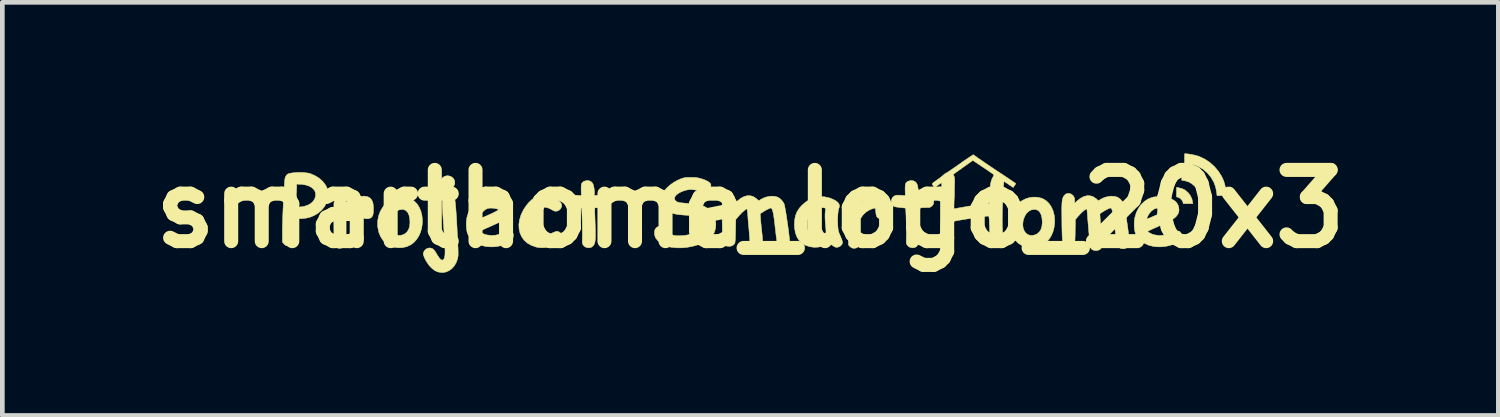
<source format=kicad_pcb>
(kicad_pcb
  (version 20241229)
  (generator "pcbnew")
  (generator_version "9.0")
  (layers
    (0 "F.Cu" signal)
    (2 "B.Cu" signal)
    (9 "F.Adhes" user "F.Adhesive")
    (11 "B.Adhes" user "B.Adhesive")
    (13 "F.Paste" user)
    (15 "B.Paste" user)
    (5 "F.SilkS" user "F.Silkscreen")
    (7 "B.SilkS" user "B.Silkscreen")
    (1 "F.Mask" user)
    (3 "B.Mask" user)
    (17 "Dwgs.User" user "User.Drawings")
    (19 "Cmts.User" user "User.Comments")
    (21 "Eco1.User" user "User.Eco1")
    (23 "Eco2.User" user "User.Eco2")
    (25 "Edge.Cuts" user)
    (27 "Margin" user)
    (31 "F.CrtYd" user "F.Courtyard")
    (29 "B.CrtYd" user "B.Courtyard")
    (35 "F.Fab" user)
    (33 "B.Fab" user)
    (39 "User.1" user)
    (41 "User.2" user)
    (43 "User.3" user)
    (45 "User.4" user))
  (footprint "smarthome_logo_20x3"
    (layer "F.Cu")
    (at 12.998 1.418)
    (property "Reference" "smarthome_logo_20x3" (at 0 0 0) (layer "F.SilkS") (effects (font (size 1.524 1.524) (thickness 0.3))))
    (attr through_hole)
    (fp_poly (pts (xy 9.161 -0.453) (xy 9.237 -0.433) (xy 9.306 -0.396) (xy 9.365 -0.344) (xy 9.412 -0.281) (xy 9.444 -0.21) (xy 9.455 -0.159) (xy 9.462 -0.112) (xy 9.258 -0.112) (xy 9.252 -0.143) (xy 9.237 -0.176) (xy 9.21 -0.209) (xy 9.177 -0.236) (xy 9.145 -0.25) (xy 9.114 -0.257) (xy 9.114 -0.46) (xy 9.161 -0.453)) (stroke (width 0.01) (type solid)) (fill yes) (layer "F.SilkS"))
    (fp_poly (pts (xy -6.462 -0.709) (xy -6.409 -0.696) (xy -6.368 -0.669) (xy -6.339 -0.633) (xy -6.323 -0.591) (xy -6.321 -0.546) (xy -6.334 -0.503) (xy -6.362 -0.464) (xy -6.401 -0.435) (xy -6.453 -0.419) (xy -6.507 -0.421) (xy -6.56 -0.442) (xy -6.598 -0.474) (xy -6.618 -0.508) (xy -6.631 -0.544) (xy -6.633 -0.572) (xy -6.625 -0.601) (xy -6.614 -0.625) (xy -6.582 -0.669) (xy -6.539 -0.698) (xy -6.486 -0.71) (xy -6.462 -0.709)) (stroke (width 0.01) (type solid)) (fill yes) (layer "F.SilkS"))
    (fp_poly (pts (xy 9.289 -0.808) (xy 9.362 -0.795) (xy 9.439 -0.771) (xy 9.509 -0.74) (xy 9.54 -0.722) (xy 9.59 -0.684) (xy 9.642 -0.634) (xy 9.69 -0.579) (xy 9.731 -0.523) (xy 9.752 -0.485) (xy 9.775 -0.43) (xy 9.795 -0.369) (xy 9.808 -0.311) (xy 9.814 -0.262) (xy 9.814 -0.257) (xy 9.815 -0.224) (xy 9.614 -0.224) (xy 9.607 -0.279) (xy 9.587 -0.357) (xy 9.55 -0.429) (xy 9.498 -0.492) (xy 9.434 -0.544) (xy 9.36 -0.583) (xy 9.278 -0.605) (xy 9.27 -0.606) (xy 9.225 -0.612) (xy 9.225 -0.815) (xy 9.289 -0.808)) (stroke (width 0.01) (type solid)) (fill yes) (layer "F.SilkS"))
    (fp_poly (pts (xy 9.366 -1.175) (xy 9.424 -1.166) (xy 9.488 -1.153) (xy 9.549 -1.138) (xy 9.602 -1.121) (xy 9.607 -1.118) (xy 9.723 -1.063) (xy 9.83 -0.99) (xy 9.927 -0.903) (xy 10.011 -0.803) (xy 10.08 -0.694) (xy 10.12 -0.606) (xy 10.137 -0.554) (xy 10.153 -0.494) (xy 10.167 -0.43) (xy 10.176 -0.371) (xy 10.18 -0.324) (xy 10.18 -0.319) (xy 10.18 -0.284) (xy 9.98 -0.284) (xy 9.973 -0.351) (xy 9.951 -0.465) (xy 9.911 -0.575) (xy 9.852 -0.676) (xy 9.778 -0.766) (xy 9.773 -0.771) (xy 9.683 -0.847) (xy 9.583 -0.906) (xy 9.474 -0.948) (xy 9.36 -0.971) (xy 9.353 -0.971) (xy 9.286 -0.978) (xy 9.286 -1.179) (xy 9.32 -1.179) (xy 9.366 -1.175)) (stroke (width 0.01) (type solid)) (fill yes) (layer "F.SilkS"))
    (fp_poly (pts (xy -7.386 -0.25) (xy -7.305 -0.232) (xy -7.259 -0.214) (xy -7.189 -0.169) (xy -7.13 -0.109) (xy -7.084 -0.038) (xy -7.049 0.042) (xy -7.026 0.129) (xy -7.015 0.22) (xy -7.016 0.313) (xy -7.029 0.405) (xy -7.053 0.494) (xy -7.09 0.578) (xy -7.138 0.653) (xy -7.198 0.719) (xy -7.266 0.769) (xy -7.346 0.806) (xy -7.435 0.827) (xy -7.527 0.832) (xy -7.617 0.82) (xy -7.63 0.817) (xy -7.717 0.783) (xy -7.793 0.734) (xy -7.858 0.669) (xy -7.909 0.591) (xy -7.946 0.501) (xy -7.967 0.4) (xy -7.972 0.358) (xy -7.971 0.347) (xy -7.697 0.347) (xy -7.687 0.414) (xy -7.665 0.47) (xy -7.631 0.516) (xy -7.589 0.548) (xy -7.539 0.566) (xy -7.483 0.567) (xy -7.424 0.55) (xy -7.393 0.535) (xy -7.345 0.495) (xy -7.309 0.44) (xy -7.288 0.372) (xy -7.28 0.291) (xy -7.285 0.207) (xy -7.301 0.133) (xy -7.327 0.077) (xy -7.363 0.037) (xy -7.41 0.015) (xy -7.452 0.01) (xy -7.511 0.02) (xy -7.566 0.048) (xy -7.614 0.091) (xy -7.652 0.15) (xy -7.68 0.22) (xy -7.692 0.272) (xy -7.697 0.347) (xy -7.971 0.347) (xy -7.97 0.251) (xy -7.951 0.15) (xy -7.916 0.055) (xy -7.866 -0.031) (xy -7.804 -0.105) (xy -7.729 -0.167) (xy -7.644 -0.213) (xy -7.563 -0.24) (xy -7.474 -0.252) (xy -7.386 -0.25)) (stroke (width 0.01) (type solid)) (fill yes) (layer "F.SilkS"))
    (fp_poly (pts (xy 6.137 -0.25) (xy 6.218 -0.232) (xy 6.264 -0.214) (xy 6.334 -0.169) (xy 6.393 -0.109) (xy 6.439 -0.038) (xy 6.474 0.042) (xy 6.497 0.129) (xy 6.508 0.22) (xy 6.507 0.313) (xy 6.494 0.405) (xy 6.47 0.494) (xy 6.433 0.578) (xy 6.385 0.653) (xy 6.325 0.719) (xy 6.257 0.769) (xy 6.177 0.806) (xy 6.088 0.827) (xy 5.996 0.832) (xy 5.906 0.82) (xy 5.893 0.817) (xy 5.806 0.783) (xy 5.73 0.734) (xy 5.665 0.669) (xy 5.614 0.591) (xy 5.577 0.501) (xy 5.555 0.4) (xy 5.551 0.358) (xy 5.552 0.347) (xy 5.826 0.347) (xy 5.835 0.414) (xy 5.858 0.47) (xy 5.891 0.516) (xy 5.934 0.548) (xy 5.984 0.566) (xy 6.04 0.567) (xy 6.099 0.55) (xy 6.13 0.535) (xy 6.178 0.495) (xy 6.214 0.44) (xy 6.235 0.372) (xy 6.243 0.291) (xy 6.238 0.207) (xy 6.222 0.133) (xy 6.196 0.077) (xy 6.16 0.037) (xy 6.113 0.015) (xy 6.071 0.01) (xy 6.011 0.02) (xy 5.957 0.048) (xy 5.909 0.091) (xy 5.871 0.15) (xy 5.843 0.22) (xy 5.831 0.272) (xy 5.826 0.347) (xy 5.552 0.347) (xy 5.553 0.251) (xy 5.572 0.15) (xy 5.607 0.055) (xy 5.657 -0.031) (xy 5.719 -0.105) (xy 5.794 -0.167) (xy 5.879 -0.213) (xy 5.96 -0.24) (xy 6.049 -0.252) (xy 6.137 -0.25)) (stroke (width 0.01) (type solid)) (fill yes) (layer "F.SilkS"))
    (fp_poly (pts (xy -8.187 -0.262) (xy -8.139 -0.237) (xy -8.102 -0.197) (xy -8.08 -0.154) (xy -8.07 -0.116) (xy -8.064 -0.066) (xy -8.061 -0.01) (xy -8.062 0.046) (xy -8.066 0.096) (xy -8.074 0.135) (xy -8.08 0.15) (xy -8.111 0.187) (xy -8.153 0.207) (xy -8.207 0.211) (xy -8.212 0.211) (xy -8.255 0.202) (xy -8.285 0.185) (xy -8.305 0.156) (xy -8.316 0.112) (xy -8.32 0.072) (xy -8.324 0.034) (xy -8.328 0.004) (xy -8.331 -0.013) (xy -8.332 -0.014) (xy -8.346 -0.016) (xy -8.373 -0.01) (xy -8.408 0.002) (xy -8.446 0.017) (xy -8.465 0.027) (xy -8.538 0.073) (xy -8.597 0.133) (xy -8.617 0.162) (xy -8.646 0.207) (xy -8.646 0.477) (xy -8.646 0.559) (xy -8.647 0.623) (xy -8.648 0.671) (xy -8.649 0.708) (xy -8.651 0.734) (xy -8.655 0.752) (xy -8.659 0.766) (xy -8.665 0.777) (xy -8.666 0.779) (xy -8.699 0.815) (xy -8.742 0.837) (xy -8.791 0.843) (xy -8.834 0.834) (xy -8.855 0.82) (xy -8.878 0.8) (xy -8.88 0.798) (xy -8.905 0.771) (xy -8.908 0.347) (xy -8.909 0.254) (xy -8.909 0.165) (xy -8.909 0.084) (xy -8.909 0.011) (xy -8.908 -0.049) (xy -8.907 -0.095) (xy -8.906 -0.124) (xy -8.905 -0.13) (xy -8.891 -0.184) (xy -8.865 -0.222) (xy -8.826 -0.245) (xy -8.797 -0.251) (xy -8.743 -0.249) (xy -8.7 -0.231) (xy -8.668 -0.198) (xy -8.66 -0.183) (xy -8.643 -0.144) (xy -8.591 -0.177) (xy -8.507 -0.222) (xy -8.424 -0.252) (xy -8.335 -0.269) (xy -8.325 -0.27) (xy -8.248 -0.273) (xy -8.187 -0.262)) (stroke (width 0.01) (type solid)) (fill yes) (layer "F.SilkS"))
    (fp_poly (pts (xy 2.816 -0.262) (xy 2.865 -0.237) (xy 2.901 -0.197) (xy 2.923 -0.154) (xy 2.933 -0.116) (xy 2.939 -0.066) (xy 2.942 -0.01) (xy 2.942 0.046) (xy 2.937 0.096) (xy 2.929 0.135) (xy 2.923 0.15) (xy 2.893 0.187) (xy 2.85 0.207) (xy 2.796 0.211) (xy 2.791 0.211) (xy 2.748 0.202) (xy 2.718 0.185) (xy 2.699 0.156) (xy 2.687 0.112) (xy 2.683 0.072) (xy 2.679 0.034) (xy 2.676 0.004) (xy 2.672 -0.013) (xy 2.671 -0.014) (xy 2.658 -0.016) (xy 2.631 -0.01) (xy 2.595 0.002) (xy 2.558 0.017) (xy 2.538 0.027) (xy 2.465 0.073) (xy 2.406 0.133) (xy 2.386 0.162) (xy 2.357 0.207) (xy 2.357 0.477) (xy 2.357 0.559) (xy 2.357 0.623) (xy 2.356 0.671) (xy 2.354 0.708) (xy 2.352 0.734) (xy 2.349 0.752) (xy 2.344 0.766) (xy 2.338 0.777) (xy 2.337 0.779) (xy 2.304 0.815) (xy 2.261 0.837) (xy 2.212 0.843) (xy 2.169 0.834) (xy 2.148 0.82) (xy 2.125 0.8) (xy 2.123 0.798) (xy 2.098 0.771) (xy 2.095 0.347) (xy 2.094 0.254) (xy 2.094 0.165) (xy 2.094 0.084) (xy 2.095 0.011) (xy 2.095 -0.049) (xy 2.096 -0.095) (xy 2.098 -0.124) (xy 2.098 -0.13) (xy 2.112 -0.184) (xy 2.138 -0.222) (xy 2.178 -0.245) (xy 2.206 -0.251) (xy 2.26 -0.249) (xy 2.304 -0.231) (xy 2.335 -0.198) (xy 2.343 -0.183) (xy 2.36 -0.144) (xy 2.412 -0.177) (xy 2.496 -0.222) (xy 2.579 -0.252) (xy 2.669 -0.269) (xy 2.679 -0.27) (xy 2.755 -0.273) (xy 2.816 -0.262)) (stroke (width 0.01) (type solid)) (fill yes) (layer "F.SilkS"))
    (fp_poly (pts (xy -4.344 -0.272) (xy -4.247 -0.245) (xy -4.158 -0.208) (xy -4.098 -0.172) (xy -4.057 -0.134) (xy -4.036 -0.095) (xy -4.036 -0.053) (xy -4.055 -0.01) (xy -4.072 0.011) (xy -4.105 0.037) (xy -4.143 0.048) (xy -4.169 0.049) (xy -4.192 0.045) (xy -4.218 0.033) (xy -4.248 0.016) (xy -4.3 -0.011) (xy -4.357 -0.03) (xy -4.412 -0.039) (xy -4.459 -0.038) (xy -4.466 -0.036) (xy -4.495 -0.022) (xy -4.529 0.008) (xy -4.566 0.049) (xy -4.6 0.096) (xy -4.625 0.139) (xy -4.665 0.228) (xy -4.687 0.307) (xy -4.692 0.378) (xy -4.679 0.44) (xy -4.649 0.491) (xy -4.602 0.533) (xy -4.58 0.545) (xy -4.547 0.56) (xy -4.516 0.569) (xy -4.479 0.573) (xy -4.445 0.573) (xy -4.408 0.573) (xy -4.378 0.57) (xy -4.35 0.563) (xy -4.318 0.551) (xy -4.275 0.532) (xy -4.261 0.526) (xy -4.217 0.506) (xy -4.178 0.49) (xy -4.149 0.48) (xy -4.135 0.478) (xy -4.1 0.487) (xy -4.065 0.51) (xy -4.036 0.543) (xy -4.017 0.58) (xy -4.013 0.604) (xy -4.023 0.638) (xy -4.05 0.675) (xy -4.094 0.711) (xy -4.152 0.747) (xy -4.214 0.776) (xy -4.307 0.81) (xy -4.391 0.828) (xy -4.473 0.831) (xy -4.557 0.821) (xy -4.59 0.813) (xy -4.687 0.778) (xy -4.77 0.73) (xy -4.838 0.669) (xy -4.89 0.598) (xy -4.927 0.516) (xy -4.947 0.427) (xy -4.951 0.331) (xy -4.936 0.23) (xy -4.904 0.126) (xy -4.891 0.096) (xy -4.849 0.013) (xy -4.797 -0.066) (xy -4.74 -0.136) (xy -4.679 -0.194) (xy -4.619 -0.237) (xy -4.598 -0.248) (xy -4.521 -0.274) (xy -4.436 -0.281) (xy -4.344 -0.272)) (stroke (width 0.01) (type solid)) (fill yes) (layer "F.SilkS"))
    (fp_poly (pts (xy -6.385 -0.267) (xy -6.38 -0.264) (xy -6.352 -0.246) (xy -6.329 -0.226) (xy -6.325 -0.221) (xy -6.32 -0.204) (xy -6.315 -0.167) (xy -6.309 -0.113) (xy -6.302 -0.041) (xy -6.295 0.047) (xy -6.288 0.15) (xy -6.281 0.267) (xy -6.274 0.398) (xy -6.267 0.54) (xy -6.259 0.693) (xy -6.258 0.732) (xy -6.254 0.814) (xy -6.251 0.879) (xy -6.25 0.93) (xy -6.25 0.969) (xy -6.251 1) (xy -6.254 1.024) (xy -6.258 1.046) (xy -6.262 1.067) (xy -6.292 1.15) (xy -6.335 1.222) (xy -6.388 1.28) (xy -6.449 1.323) (xy -6.516 1.351) (xy -6.588 1.361) (xy -6.663 1.352) (xy -6.682 1.347) (xy -6.733 1.327) (xy -6.779 1.297) (xy -6.827 1.255) (xy -6.852 1.229) (xy -6.885 1.189) (xy -6.917 1.141) (xy -6.947 1.091) (xy -6.971 1.042) (xy -6.988 0.998) (xy -6.996 0.964) (xy -6.996 0.95) (xy -6.978 0.903) (xy -6.946 0.867) (xy -6.906 0.843) (xy -6.861 0.834) (xy -6.815 0.842) (xy -6.793 0.853) (xy -6.77 0.873) (xy -6.745 0.905) (xy -6.725 0.935) (xy -6.685 1.002) (xy -6.651 1.051) (xy -6.623 1.081) (xy -6.598 1.095) (xy -6.577 1.092) (xy -6.576 1.091) (xy -6.563 1.081) (xy -6.552 1.066) (xy -6.543 1.046) (xy -6.536 1.018) (xy -6.532 0.982) (xy -6.53 0.936) (xy -6.53 0.878) (xy -6.532 0.808) (xy -6.536 0.722) (xy -6.542 0.621) (xy -6.551 0.502) (xy -6.558 0.396) (xy -6.565 0.307) (xy -6.571 0.22) (xy -6.576 0.137) (xy -6.58 0.063) (xy -6.584 0.000224) (xy -6.586 -0.048) (xy -6.587 -0.071) (xy -6.587 -0.12) (xy -6.586 -0.155) (xy -6.582 -0.179) (xy -6.575 -0.198) (xy -6.565 -0.216) (xy -6.53 -0.257) (xy -6.487 -0.279) (xy -6.438 -0.283) (xy -6.385 -0.267)) (stroke (width 0.01) (type solid)) (fill yes) (layer "F.SilkS"))
    (fp_poly (pts (xy -5.485 -0.262) (xy -5.399 -0.25) (xy -5.319 -0.229) (xy -5.25 -0.198) (xy -5.203 -0.167) (xy -5.163 -0.125) (xy -5.137 -0.08) (xy -5.122 -0.025) (xy -5.117 0.036) (xy -5.13 0.089) (xy -5.16 0.14) (xy -5.186 0.169) (xy -5.209 0.189) (xy -5.233 0.209) (xy -5.263 0.229) (xy -5.3 0.251) (xy -5.346 0.275) (xy -5.404 0.303) (xy -5.475 0.335) (xy -5.562 0.375) (xy -5.59 0.387) (xy -5.648 0.412) (xy -5.699 0.436) (xy -5.74 0.455) (xy -5.77 0.469) (xy -5.784 0.477) (xy -5.785 0.477) (xy -5.783 0.487) (xy -5.766 0.501) (xy -5.738 0.517) (xy -5.704 0.534) (xy -5.667 0.548) (xy -5.64 0.555) (xy -5.543 0.569) (xy -5.447 0.562) (xy -5.351 0.536) (xy -5.293 0.511) (xy -5.23 0.485) (xy -5.175 0.472) (xy -5.13 0.473) (xy -5.097 0.488) (xy -5.089 0.496) (xy -5.074 0.529) (xy -5.07 0.57) (xy -5.076 0.614) (xy -5.089 0.647) (xy -5.126 0.69) (xy -5.18 0.728) (xy -5.248 0.76) (xy -5.326 0.785) (xy -5.411 0.802) (xy -5.5 0.811) (xy -5.59 0.81) (xy -5.664 0.802) (xy -5.764 0.777) (xy -5.854 0.737) (xy -5.931 0.685) (xy -5.994 0.621) (xy -6.04 0.546) (xy -6.043 0.54) (xy -6.06 0.488) (xy -6.071 0.422) (xy -6.076 0.348) (xy -6.074 0.272) (xy -6.066 0.208) (xy -5.807 0.208) (xy -5.803 0.212) (xy -5.79 0.21) (xy -5.766 0.201) (xy -5.728 0.186) (xy -5.687 0.168) (xy -5.631 0.143) (xy -5.572 0.117) (xy -5.518 0.092) (xy -5.479 0.073) (xy -5.442 0.053) (xy -5.412 0.036) (xy -5.394 0.025) (xy -5.391 0.022) (xy -5.394 0.011) (xy -5.413 0.001) (xy -5.443 -0.007) (xy -5.482 -0.013) (xy -5.524 -0.017) (xy -5.566 -0.017) (xy -5.602 -0.014) (xy -5.617 -0.011) (xy -5.665 0.012) (xy -5.713 0.05) (xy -5.755 0.1) (xy -5.789 0.158) (xy -5.806 0.2) (xy -5.807 0.208) (xy -6.066 0.208) (xy -6.065 0.2) (xy -6.061 0.178) (xy -6.03 0.077) (xy -5.985 -0.014) (xy -5.927 -0.094) (xy -5.859 -0.16) (xy -5.782 -0.211) (xy -5.697 -0.245) (xy -5.66 -0.254) (xy -5.574 -0.264) (xy -5.485 -0.262)) (stroke (width 0.01) (type solid)) (fill yes) (layer "F.SilkS"))
    (fp_poly (pts (xy 8.8 -0.262) (xy 8.886 -0.25) (xy 8.966 -0.229) (xy 9.035 -0.198) (xy 9.082 -0.167) (xy 9.122 -0.125) (xy 9.148 -0.08) (xy 9.163 -0.025) (xy 9.168 0.036) (xy 9.155 0.089) (xy 9.124 0.14) (xy 9.099 0.169) (xy 9.076 0.189) (xy 9.052 0.209) (xy 9.022 0.229) (xy 8.985 0.251) (xy 8.939 0.275) (xy 8.881 0.303) (xy 8.81 0.335) (xy 8.723 0.375) (xy 8.695 0.387) (xy 8.637 0.412) (xy 8.586 0.436) (xy 8.545 0.455) (xy 8.515 0.469) (xy 8.501 0.477) (xy 8.5 0.477) (xy 8.502 0.487) (xy 8.519 0.501) (xy 8.547 0.517) (xy 8.581 0.534) (xy 8.618 0.548) (xy 8.645 0.555) (xy 8.742 0.569) (xy 8.838 0.562) (xy 8.934 0.536) (xy 8.992 0.511) (xy 9.055 0.485) (xy 9.11 0.472) (xy 9.155 0.473) (xy 9.188 0.488) (xy 9.196 0.496) (xy 9.211 0.529) (xy 9.215 0.57) (xy 9.209 0.614) (xy 9.196 0.647) (xy 9.158 0.69) (xy 9.105 0.728) (xy 9.037 0.76) (xy 8.959 0.785) (xy 8.874 0.802) (xy 8.785 0.811) (xy 8.695 0.81) (xy 8.621 0.802) (xy 8.521 0.777) (xy 8.431 0.737) (xy 8.354 0.685) (xy 8.291 0.621) (xy 8.245 0.546) (xy 8.242 0.54) (xy 8.225 0.488) (xy 8.214 0.422) (xy 8.209 0.348) (xy 8.211 0.272) (xy 8.219 0.208) (xy 8.478 0.208) (xy 8.482 0.212) (xy 8.495 0.21) (xy 8.519 0.201) (xy 8.556 0.186) (xy 8.598 0.168) (xy 8.654 0.143) (xy 8.713 0.117) (xy 8.767 0.092) (xy 8.806 0.073) (xy 8.843 0.053) (xy 8.873 0.036) (xy 8.891 0.025) (xy 8.894 0.022) (xy 8.891 0.011) (xy 8.872 0.001) (xy 8.842 -0.007) (xy 8.803 -0.013) (xy 8.761 -0.017) (xy 8.719 -0.017) (xy 8.683 -0.014) (xy 8.668 -0.011) (xy 8.62 0.012) (xy 8.572 0.05) (xy 8.53 0.1) (xy 8.496 0.158) (xy 8.479 0.2) (xy 8.478 0.208) (xy 8.219 0.208) (xy 8.22 0.2) (xy 8.224 0.178) (xy 8.255 0.077) (xy 8.3 -0.014) (xy 8.358 -0.094) (xy 8.426 -0.16) (xy 8.503 -0.211) (xy 8.588 -0.245) (xy 8.625 -0.254) (xy 8.711 -0.264) (xy 8.8 -0.262)) (stroke (width 0.01) (type solid)) (fill yes) (layer "F.SilkS"))
    (fp_poly (pts (xy 1.583 -0.259) (xy 1.687 -0.237) (xy 1.775 -0.202) (xy 1.837 -0.167) (xy 1.879 -0.13) (xy 1.902 -0.09) (xy 1.905 -0.05) (xy 1.895 -0.02) (xy 1.885 0.011) (xy 1.877 0.058) (xy 1.871 0.117) (xy 1.867 0.185) (xy 1.866 0.258) (xy 1.869 0.331) (xy 1.87 0.356) (xy 1.874 0.41) (xy 1.879 0.451) (xy 1.887 0.484) (xy 1.898 0.518) (xy 1.915 0.558) (xy 1.925 0.582) (xy 1.944 0.627) (xy 1.959 0.669) (xy 1.969 0.702) (xy 1.971 0.717) (xy 1.962 0.753) (xy 1.937 0.784) (xy 1.903 0.808) (xy 1.863 0.821) (xy 1.824 0.82) (xy 1.82 0.818) (xy 1.8 0.809) (xy 1.772 0.792) (xy 1.746 0.775) (xy 1.716 0.755) (xy 1.696 0.746) (xy 1.68 0.745) (xy 1.662 0.752) (xy 1.662 0.752) (xy 1.637 0.761) (xy 1.601 0.775) (xy 1.559 0.79) (xy 1.549 0.794) (xy 1.454 0.817) (xy 1.358 0.821) (xy 1.268 0.807) (xy 1.178 0.777) (xy 1.103 0.733) (xy 1.042 0.674) (xy 0.996 0.602) (xy 0.964 0.515) (xy 0.946 0.414) (xy 0.942 0.335) (xy 1.224 0.335) (xy 1.225 0.387) (xy 1.226 0.424) (xy 1.23 0.451) (xy 1.237 0.473) (xy 1.248 0.494) (xy 1.25 0.498) (xy 1.285 0.542) (xy 1.333 0.572) (xy 1.389 0.587) (xy 1.452 0.585) (xy 1.519 0.568) (xy 1.548 0.555) (xy 1.58 0.538) (xy 1.604 0.523) (xy 1.613 0.515) (xy 1.617 0.498) (xy 1.617 0.461) (xy 1.613 0.405) (xy 1.61 0.376) (xy 1.601 0.271) (xy 1.597 0.177) (xy 1.598 0.096) (xy 1.604 0.037) (xy 1.608 0.008) (xy 1.607 -0.008) (xy 1.597 -0.017) (xy 1.586 -0.022) (xy 1.55 -0.028) (xy 1.504 -0.024) (xy 1.454 -0.012) (xy 1.413 0.005) (xy 1.356 0.042) (xy 1.303 0.093) (xy 1.26 0.151) (xy 1.251 0.167) (xy 1.239 0.191) (xy 1.232 0.214) (xy 1.227 0.239) (xy 1.225 0.274) (xy 1.224 0.322) (xy 1.224 0.335) (xy 0.942 0.335) (xy 0.942 0.33) (xy 0.948 0.229) (xy 0.966 0.14) (xy 0.998 0.061) (xy 1.045 -0.012) (xy 1.102 -0.077) (xy 1.189 -0.152) (xy 1.281 -0.208) (xy 1.379 -0.244) (xy 1.479 -0.262) (xy 1.583 -0.259)) (stroke (width 0.01) (type solid)) (fill yes) (layer "F.SilkS"))
    (fp_poly (pts (xy -9.531 -0.776) (xy -9.457 -0.766) (xy -9.397 -0.75) (xy -9.396 -0.749) (xy -9.299 -0.705) (xy -9.214 -0.651) (xy -9.143 -0.586) (xy -9.089 -0.515) (xy -9.069 -0.479) (xy -9.055 -0.447) (xy -9.045 -0.42) (xy -9.04 -0.392) (xy -9.038 -0.357) (xy -9.038 -0.309) (xy -9.038 -0.305) (xy -9.039 -0.249) (xy -9.043 -0.207) (xy -9.05 -0.173) (xy -9.061 -0.14) (xy -9.107 -0.051) (xy -9.17 0.026) (xy -9.248 0.093) (xy -9.331 0.141) (xy -9.409 0.174) (xy -9.488 0.195) (xy -9.573 0.206) (xy -9.634 0.208) (xy -9.742 0.208) (xy -9.745 0.457) (xy -9.746 0.536) (xy -9.748 0.597) (xy -9.749 0.642) (xy -9.752 0.676) (xy -9.755 0.699) (xy -9.759 0.716) (xy -9.764 0.728) (xy -9.768 0.735) (xy -9.802 0.768) (xy -9.847 0.788) (xy -9.896 0.792) (xy -9.932 0.783) (xy -9.952 0.769) (xy -9.976 0.748) (xy -9.98 0.742) (xy -10.008 0.71) (xy -10.008 0.474) (xy -10.007 0.393) (xy -10.005 0.298) (xy -10.002 0.197) (xy -9.998 0.096) (xy -9.994 0.002) (xy -9.992 -0.03) (xy -9.989 -0.094) (xy -9.72 -0.094) (xy -9.719 -0.07) (xy -9.716 -0.057) (xy -9.712 -0.05) (xy -9.711 -0.05) (xy -9.688 -0.043) (xy -9.651 -0.041) (xy -9.607 -0.044) (xy -9.56 -0.051) (xy -9.537 -0.056) (xy -9.457 -0.084) (xy -9.392 -0.123) (xy -9.343 -0.172) (xy -9.311 -0.229) (xy -9.297 -0.294) (xy -9.297 -0.309) (xy -9.306 -0.363) (xy -9.333 -0.412) (xy -9.377 -0.454) (xy -9.435 -0.487) (xy -9.506 -0.511) (xy -9.588 -0.525) (xy -9.609 -0.526) (xy -9.703 -0.531) (xy -9.703 -0.487) (xy -9.703 -0.463) (xy -9.705 -0.422) (xy -9.708 -0.37) (xy -9.711 -0.31) (xy -9.714 -0.25) (xy -9.718 -0.182) (xy -9.72 -0.13) (xy -9.72 -0.094) (xy -9.989 -0.094) (xy -9.988 -0.115) (xy -9.983 -0.204) (xy -9.978 -0.291) (xy -9.974 -0.373) (xy -9.97 -0.442) (xy -9.969 -0.473) (xy -9.965 -0.54) (xy -9.962 -0.59) (xy -9.957 -0.627) (xy -9.952 -0.655) (xy -9.945 -0.677) (xy -9.938 -0.693) (xy -9.923 -0.719) (xy -9.907 -0.737) (xy -9.884 -0.751) (xy -9.85 -0.761) (xy -9.802 -0.769) (xy -9.775 -0.773) (xy -9.695 -0.78) (xy -9.612 -0.781) (xy -9.531 -0.776)) (stroke (width 0.01) (type solid)) (fill yes) (layer "F.SilkS"))
    (fp_poly (pts (xy -3.453 -0.604) (xy -3.409 -0.585) (xy -3.376 -0.552) (xy -3.369 -0.54) (xy -3.357 -0.508) (xy -3.347 -0.464) (xy -3.339 -0.414) (xy -3.335 -0.367) (xy -3.335 -0.328) (xy -3.335 -0.324) (xy -3.34 -0.286) (xy -3.267 -0.292) (xy -3.189 -0.295) (xy -3.128 -0.289) (xy -3.081 -0.276) (xy -3.046 -0.254) (xy -3.041 -0.249) (xy -3.021 -0.227) (xy -3.011 -0.206) (xy -3.008 -0.177) (xy -3.007 -0.159) (xy -3.009 -0.124) (xy -3.015 -0.101) (xy -3.03 -0.08) (xy -3.043 -0.066) (xy -3.069 -0.045) (xy -3.093 -0.032) (xy -3.102 -0.03) (xy -3.121 -0.029) (xy -3.156 -0.029) (xy -3.199 -0.028) (xy -3.222 -0.027) (xy -3.265 -0.026) (xy -3.3 -0.024) (xy -3.322 -0.021) (xy -3.327 -0.019) (xy -3.328 -0.008) (xy -3.328 0.021) (xy -3.328 0.065) (xy -3.326 0.121) (xy -3.324 0.187) (xy -3.321 0.26) (xy -3.321 0.265) (xy -3.317 0.376) (xy -3.314 0.468) (xy -3.314 0.544) (xy -3.314 0.605) (xy -3.317 0.655) (xy -3.322 0.694) (xy -3.328 0.725) (xy -3.337 0.75) (xy -3.341 0.759) (xy -3.373 0.801) (xy -3.414 0.826) (xy -3.462 0.833) (xy -3.515 0.821) (xy -3.523 0.818) (xy -3.551 0.799) (xy -3.575 0.773) (xy -3.577 0.77) (xy -3.586 0.754) (xy -3.592 0.738) (xy -3.595 0.716) (xy -3.595 0.685) (xy -3.594 0.639) (xy -3.593 0.613) (xy -3.592 0.581) (xy -3.592 0.535) (xy -3.592 0.478) (xy -3.593 0.414) (xy -3.595 0.345) (xy -3.596 0.275) (xy -3.598 0.205) (xy -3.6 0.141) (xy -3.603 0.083) (xy -3.605 0.036) (xy -3.607 0.003) (xy -3.609 -0.015) (xy -3.61 -0.016) (xy -3.62 -0.018) (xy -3.646 -0.021) (xy -3.684 -0.026) (xy -3.72 -0.029) (xy -3.768 -0.035) (xy -3.81 -0.041) (xy -3.842 -0.048) (xy -3.854 -0.052) (xy -3.888 -0.077) (xy -3.909 -0.113) (xy -3.917 -0.155) (xy -3.911 -0.198) (xy -3.893 -0.238) (xy -3.862 -0.269) (xy -3.845 -0.279) (xy -3.822 -0.288) (xy -3.798 -0.293) (xy -3.765 -0.294) (xy -3.719 -0.292) (xy -3.711 -0.291) (xy -3.616 -0.285) (xy -3.619 -0.404) (xy -3.619 -0.466) (xy -3.616 -0.511) (xy -3.608 -0.543) (xy -3.593 -0.565) (xy -3.571 -0.583) (xy -3.551 -0.593) (xy -3.502 -0.607) (xy -3.453 -0.604)) (stroke (width 0.01) (type solid)) (fill yes) (layer "F.SilkS"))
    (fp_poly (pts (xy 3.476 -0.604) (xy 3.52 -0.585) (xy 3.553 -0.552) (xy 3.56 -0.54) (xy 3.572 -0.508) (xy 3.582 -0.464) (xy 3.59 -0.414) (xy 3.594 -0.367) (xy 3.594 -0.328) (xy 3.594 -0.324) (xy 3.589 -0.286) (xy 3.662 -0.292) (xy 3.74 -0.295) (xy 3.801 -0.289) (xy 3.848 -0.276) (xy 3.883 -0.254) (xy 3.888 -0.249) (xy 3.908 -0.227) (xy 3.918 -0.206) (xy 3.921 -0.177) (xy 3.922 -0.159) (xy 3.92 -0.124) (xy 3.914 -0.101) (xy 3.899 -0.08) (xy 3.886 -0.066) (xy 3.86 -0.045) (xy 3.836 -0.032) (xy 3.827 -0.03) (xy 3.808 -0.029) (xy 3.773 -0.029) (xy 3.731 -0.028) (xy 3.707 -0.027) (xy 3.664 -0.026) (xy 3.629 -0.024) (xy 3.607 -0.021) (xy 3.602 -0.019) (xy 3.601 -0.008) (xy 3.601 0.021) (xy 3.601 0.065) (xy 3.603 0.121) (xy 3.605 0.187) (xy 3.608 0.26) (xy 3.608 0.265) (xy 3.612 0.376) (xy 3.615 0.468) (xy 3.616 0.544) (xy 3.615 0.605) (xy 3.612 0.655) (xy 3.607 0.694) (xy 3.601 0.725) (xy 3.592 0.75) (xy 3.588 0.759) (xy 3.557 0.801) (xy 3.516 0.826) (xy 3.467 0.833) (xy 3.414 0.821) (xy 3.406 0.818) (xy 3.378 0.799) (xy 3.354 0.773) (xy 3.352 0.77) (xy 3.343 0.754) (xy 3.337 0.738) (xy 3.335 0.716) (xy 3.334 0.685) (xy 3.335 0.639) (xy 3.337 0.613) (xy 3.337 0.581) (xy 3.337 0.535) (xy 3.337 0.478) (xy 3.336 0.414) (xy 3.335 0.345) (xy 3.333 0.275) (xy 3.331 0.205) (xy 3.329 0.141) (xy 3.326 0.083) (xy 3.324 0.036) (xy 3.322 0.003) (xy 3.32 -0.015) (xy 3.319 -0.016) (xy 3.309 -0.018) (xy 3.283 -0.021) (xy 3.245 -0.026) (xy 3.209 -0.029) (xy 3.162 -0.035) (xy 3.119 -0.041) (xy 3.087 -0.048) (xy 3.075 -0.052) (xy 3.041 -0.077) (xy 3.02 -0.113) (xy 3.013 -0.155) (xy 3.018 -0.198) (xy 3.036 -0.238) (xy 3.067 -0.269) (xy 3.084 -0.279) (xy 3.107 -0.288) (xy 3.131 -0.293) (xy 3.164 -0.294) (xy 3.21 -0.292) (xy 3.218 -0.291) (xy 3.313 -0.285) (xy 3.31 -0.404) (xy 3.31 -0.466) (xy 3.313 -0.511) (xy 3.321 -0.543) (xy 3.336 -0.565) (xy 3.358 -0.583) (xy 3.378 -0.593) (xy 3.427 -0.607) (xy 3.476 -0.604)) (stroke (width 0.01) (type solid)) (fill yes) (layer "F.SilkS"))
    (fp_poly (pts (xy -1.27 -0.674) (xy -1.211 -0.674) (xy -1.165 -0.671) (xy -1.126 -0.665) (xy -1.087 -0.656) (xy -1.053 -0.647) (xy -0.974 -0.62) (xy -0.915 -0.592) (xy -0.874 -0.564) (xy -0.85 -0.534) (xy -0.843 -0.504) (xy -0.852 -0.469) (xy -0.873 -0.432) (xy -0.902 -0.402) (xy -0.915 -0.394) (xy -0.937 -0.385) (xy -0.962 -0.38) (xy -0.994 -0.379) (xy -1.036 -0.382) (xy -1.092 -0.39) (xy -1.16 -0.401) (xy -1.212 -0.41) (xy -1.251 -0.415) (xy -1.284 -0.415) (xy -1.317 -0.412) (xy -1.343 -0.408) (xy -1.391 -0.397) (xy -1.445 -0.379) (xy -1.49 -0.36) (xy -1.548 -0.327) (xy -1.591 -0.291) (xy -1.616 -0.255) (xy -1.622 -0.219) (xy -1.611 -0.187) (xy -1.594 -0.168) (xy -1.571 -0.153) (xy -1.539 -0.141) (xy -1.495 -0.132) (xy -1.436 -0.126) (xy -1.362 -0.12) (xy -1.25 -0.112) (xy -1.156 -0.1) (xy -1.077 -0.084) (xy -1.01 -0.063) (xy -0.952 -0.036) (xy -0.901 -0.003) (xy -0.865 0.026) (xy -0.812 0.086) (xy -0.773 0.159) (xy -0.748 0.239) (xy -0.738 0.323) (xy -0.744 0.407) (xy -0.765 0.487) (xy -0.777 0.513) (xy -0.819 0.577) (xy -0.878 0.635) (xy -0.952 0.687) (xy -1.038 0.733) (xy -1.135 0.771) (xy -1.24 0.801) (xy -1.349 0.821) (xy -1.462 0.832) (xy -1.575 0.832) (xy -1.686 0.821) (xy -1.706 0.818) (xy -1.784 0.797) (xy -1.859 0.765) (xy -1.926 0.724) (xy -1.981 0.677) (xy -2.022 0.627) (xy -2.033 0.606) (xy -2.047 0.558) (xy -2.051 0.506) (xy -2.045 0.458) (xy -2.037 0.436) (xy -2.007 0.398) (xy -1.968 0.375) (xy -1.923 0.366) (xy -1.878 0.372) (xy -1.835 0.392) (xy -1.801 0.426) (xy -1.789 0.445) (xy -1.755 0.493) (xy -1.709 0.534) (xy -1.659 0.56) (xy -1.623 0.568) (xy -1.573 0.573) (xy -1.514 0.574) (xy -1.452 0.571) (xy -1.395 0.566) (xy -1.346 0.557) (xy -1.341 0.556) (xy -1.278 0.535) (xy -1.215 0.508) (xy -1.155 0.477) (xy -1.105 0.445) (xy -1.072 0.415) (xy -1.052 0.392) (xy -1.041 0.373) (xy -1.037 0.351) (xy -1.038 0.319) (xy -1.038 0.307) (xy -1.042 0.27) (xy -1.048 0.246) (xy -1.06 0.226) (xy -1.082 0.204) (xy -1.083 0.204) (xy -1.104 0.186) (xy -1.129 0.172) (xy -1.159 0.161) (xy -1.198 0.152) (xy -1.248 0.145) (xy -1.312 0.139) (xy -1.394 0.133) (xy -1.402 0.133) (xy -1.487 0.126) (xy -1.557 0.118) (xy -1.615 0.107) (xy -1.667 0.092) (xy -1.718 0.072) (xy -1.755 0.055) (xy -1.823 0.013) (xy -1.873 -0.037) (xy -1.904 -0.094) (xy -1.916 -0.159) (xy -1.91 -0.231) (xy -1.884 -0.31) (xy -1.873 -0.335) (xy -1.835 -0.395) (xy -1.78 -0.456) (xy -1.713 -0.515) (xy -1.638 -0.568) (xy -1.557 -0.613) (xy -1.478 -0.647) (xy -1.441 -0.659) (xy -1.408 -0.667) (xy -1.375 -0.672) (xy -1.334 -0.674) (xy -1.28 -0.674) (xy -1.27 -0.674)) (stroke (width 0.01) (type solid)) (fill yes) (layer "F.SilkS"))
    (fp_poly (pts (xy -0.399 -0.315) (xy -0.399 -0.315) (xy -0.357 -0.28) (xy -0.334 -0.236) (xy -0.328 -0.182) (xy -0.328 -0.175) (xy -0.33 -0.145) (xy -0.331 -0.126) (xy -0.331 -0.122) (xy -0.323 -0.128) (xy -0.304 -0.145) (xy -0.279 -0.169) (xy -0.274 -0.173) (xy -0.203 -0.228) (xy -0.133 -0.265) (xy -0.063 -0.283) (xy 0.004 -0.281) (xy 0.068 -0.261) (xy 0.127 -0.221) (xy 0.13 -0.218) (xy 0.179 -0.175) (xy 0.234 -0.209) (xy 0.302 -0.242) (xy 0.375 -0.263) (xy 0.45 -0.273) (xy 0.521 -0.269) (xy 0.583 -0.252) (xy 0.595 -0.246) (xy 0.644 -0.212) (xy 0.688 -0.164) (xy 0.721 -0.11) (xy 0.722 -0.107) (xy 0.728 -0.086) (xy 0.736 -0.048) (xy 0.746 0.004) (xy 0.757 0.069) (xy 0.769 0.142) (xy 0.781 0.222) (xy 0.793 0.305) (xy 0.805 0.389) (xy 0.816 0.471) (xy 0.825 0.548) (xy 0.833 0.616) (xy 0.835 0.636) (xy 0.84 0.697) (xy 0.841 0.741) (xy 0.836 0.773) (xy 0.825 0.796) (xy 0.806 0.815) (xy 0.779 0.834) (xy 0.738 0.849) (xy 0.691 0.851) (xy 0.647 0.84) (xy 0.61 0.819) (xy 0.59 0.794) (xy 0.582 0.77) (xy 0.573 0.726) (xy 0.563 0.663) (xy 0.552 0.582) (xy 0.54 0.482) (xy 0.528 0.376) (xy 0.516 0.268) (xy 0.504 0.18) (xy 0.493 0.109) (xy 0.481 0.055) (xy 0.469 0.016) (xy 0.456 -0.008) (xy 0.442 -0.019) (xy 0.435 -0.02) (xy 0.419 -0.015) (xy 0.39 -0.002) (xy 0.353 0.016) (xy 0.314 0.037) (xy 0.278 0.059) (xy 0.256 0.073) (xy 0.21 0.105) (xy 0.217 0.205) (xy 0.221 0.251) (xy 0.226 0.31) (xy 0.233 0.378) (xy 0.24 0.446) (xy 0.244 0.48) (xy 0.255 0.583) (xy 0.261 0.667) (xy 0.263 0.733) (xy 0.261 0.782) (xy 0.255 0.815) (xy 0.251 0.823) (xy 0.222 0.859) (xy 0.181 0.882) (xy 0.133 0.892) (xy 0.084 0.886) (xy 0.066 0.88) (xy 0.04 0.866) (xy 0.021 0.847) (xy 0.008 0.82) (xy -0.002 0.782) (xy -0.008 0.729) (xy -0.012 0.676) (xy -0.016 0.613) (xy -0.022 0.54) (xy -0.028 0.464) (xy -0.034 0.395) (xy -0.035 0.391) (xy -0.041 0.324) (xy -0.047 0.252) (xy -0.052 0.183) (xy -0.056 0.124) (xy -0.056 0.119) (xy -0.061 0.06) (xy -0.066 0.021) (xy -0.072 0.002) (xy -0.075 0.000107) (xy -0.092 0.007) (xy -0.12 0.027) (xy -0.155 0.056) (xy -0.192 0.091) (xy -0.23 0.13) (xy -0.25 0.153) (xy -0.312 0.226) (xy -0.317 0.473) (xy -0.319 0.552) (xy -0.321 0.614) (xy -0.323 0.66) (xy -0.326 0.694) (xy -0.329 0.718) (xy -0.333 0.734) (xy -0.339 0.746) (xy -0.34 0.747) (xy -0.37 0.777) (xy -0.412 0.795) (xy -0.46 0.802) (xy -0.507 0.795) (xy -0.536 0.783) (xy -0.55 0.773) (xy -0.562 0.761) (xy -0.571 0.745) (xy -0.579 0.723) (xy -0.586 0.694) (xy -0.591 0.656) (xy -0.594 0.606) (xy -0.597 0.543) (xy -0.599 0.465) (xy -0.601 0.371) (xy -0.603 0.259) (xy -0.604 0.15) (xy -0.604 0.058) (xy -0.604 -0.018) (xy -0.603 -0.079) (xy -0.6 -0.128) (xy -0.597 -0.168) (xy -0.592 -0.199) (xy -0.585 -0.225) (xy -0.577 -0.246) (xy -0.567 -0.267) (xy -0.562 -0.274) (xy -0.53 -0.311) (xy -0.49 -0.33) (xy -0.444 -0.332) (xy -0.399 -0.315)) (stroke (width 0.01) (type solid)) (fill yes) (layer "F.SilkS"))
    (fp_poly (pts (xy 6.865 -0.315) (xy 6.866 -0.315) (xy 6.907 -0.28) (xy 6.931 -0.236) (xy 6.937 -0.182) (xy 6.936 -0.175) (xy 6.934 -0.145) (xy 6.934 -0.126) (xy 6.934 -0.122) (xy 6.941 -0.128) (xy 6.96 -0.145) (xy 6.986 -0.169) (xy 6.991 -0.173) (xy 7.061 -0.228) (xy 7.132 -0.265) (xy 7.201 -0.283) (xy 7.268 -0.281) (xy 7.332 -0.261) (xy 7.392 -0.221) (xy 7.395 -0.218) (xy 7.443 -0.175) (xy 7.498 -0.209) (xy 7.566 -0.242) (xy 7.64 -0.263) (xy 7.714 -0.273) (xy 7.785 -0.269) (xy 7.847 -0.252) (xy 7.86 -0.246) (xy 7.908 -0.212) (xy 7.952 -0.164) (xy 7.985 -0.11) (xy 7.986 -0.107) (xy 7.992 -0.086) (xy 8 -0.048) (xy 8.01 0.004) (xy 8.021 0.069) (xy 8.033 0.142) (xy 8.045 0.222) (xy 8.057 0.305) (xy 8.069 0.389) (xy 8.08 0.471) (xy 8.089 0.548) (xy 8.097 0.616) (xy 8.099 0.636) (xy 8.104 0.697) (xy 8.105 0.741) (xy 8.101 0.773) (xy 8.089 0.796) (xy 8.071 0.815) (xy 8.044 0.834) (xy 8.002 0.849) (xy 7.956 0.851) (xy 7.911 0.84) (xy 7.875 0.819) (xy 7.855 0.794) (xy 7.846 0.77) (xy 7.837 0.726) (xy 7.827 0.663) (xy 7.816 0.582) (xy 7.804 0.482) (xy 7.792 0.376) (xy 7.78 0.268) (xy 7.769 0.18) (xy 7.757 0.109) (xy 7.745 0.055) (xy 7.733 0.016) (xy 7.72 -0.008) (xy 7.706 -0.019) (xy 7.7 -0.02) (xy 7.683 -0.015) (xy 7.654 -0.002) (xy 7.618 0.016) (xy 7.579 0.037) (xy 7.542 0.059) (xy 7.52 0.073) (xy 7.475 0.105) (xy 7.481 0.205) (xy 7.485 0.251) (xy 7.49 0.31) (xy 7.497 0.378) (xy 7.504 0.446) (xy 7.508 0.48) (xy 7.519 0.583) (xy 7.526 0.667) (xy 7.528 0.733) (xy 7.525 0.782) (xy 7.519 0.815) (xy 7.516 0.823) (xy 7.487 0.859) (xy 7.446 0.882) (xy 7.398 0.892) (xy 7.348 0.886) (xy 7.33 0.88) (xy 7.305 0.866) (xy 7.286 0.847) (xy 7.272 0.82) (xy 7.263 0.782) (xy 7.256 0.729) (xy 7.253 0.676) (xy 7.248 0.613) (xy 7.243 0.54) (xy 7.236 0.464) (xy 7.23 0.395) (xy 7.23 0.391) (xy 7.224 0.324) (xy 7.218 0.252) (xy 7.212 0.183) (xy 7.208 0.124) (xy 7.208 0.119) (xy 7.204 0.06) (xy 7.199 0.021) (xy 7.193 0.002) (xy 7.19 0.000107) (xy 7.172 0.007) (xy 7.144 0.027) (xy 7.11 0.056) (xy 7.072 0.091) (xy 7.035 0.13) (xy 7.014 0.153) (xy 6.952 0.226) (xy 6.947 0.473) (xy 6.946 0.552) (xy 6.944 0.614) (xy 6.942 0.66) (xy 6.939 0.694) (xy 6.935 0.718) (xy 6.931 0.734) (xy 6.926 0.746) (xy 6.925 0.747) (xy 6.894 0.777) (xy 6.852 0.795) (xy 6.804 0.802) (xy 6.757 0.795) (xy 6.729 0.783) (xy 6.715 0.773) (xy 6.703 0.761) (xy 6.693 0.745) (xy 6.685 0.723) (xy 6.679 0.694) (xy 6.674 0.656) (xy 6.67 0.606) (xy 6.667 0.543) (xy 6.665 0.465) (xy 6.663 0.371) (xy 6.662 0.259) (xy 6.661 0.15) (xy 6.66 0.058) (xy 6.66 -0.018) (xy 6.662 -0.079) (xy 6.664 -0.128) (xy 6.668 -0.168) (xy 6.673 -0.199) (xy 6.679 -0.225) (xy 6.688 -0.246) (xy 6.698 -0.267) (xy 6.702 -0.274) (xy 6.734 -0.311) (xy 6.775 -0.33) (xy 6.82 -0.332) (xy 6.865 -0.315)) (stroke (width 0.01) (type solid)) (fill yes) (layer "F.SilkS"))
    (fp_poly (pts (xy 4.782 -1.151) (xy 4.806 -1.133) (xy 4.842 -1.107) (xy 4.889 -1.074) (xy 4.943 -1.037) (xy 5.004 -0.995) (xy 5.068 -0.951) (xy 5.133 -0.907) (xy 5.198 -0.864) (xy 5.26 -0.822) (xy 5.316 -0.785) (xy 5.329 -0.777) (xy 5.359 -0.757) (xy 5.402 -0.729) (xy 5.452 -0.695) (xy 5.505 -0.66) (xy 5.535 -0.64) (xy 5.678 -0.542) (xy 5.65 -0.5) (xy 5.622 -0.458) (xy 5.525 -0.523) (xy 5.427 -0.589) (xy 5.421 -0.561) (xy 5.418 -0.537) (xy 5.414 -0.496) (xy 5.41 -0.44) (xy 5.406 -0.371) (xy 5.402 -0.292) (xy 5.398 -0.206) (xy 5.395 -0.115) (xy 5.391 -0.022) (xy 5.389 0.068) (xy 5.386 0.243) (xy 5.389 0.407) (xy 5.395 0.505) (xy 5.399 0.573) (xy 5.402 0.624) (xy 5.403 0.661) (xy 5.402 0.688) (xy 5.4 0.707) (xy 5.396 0.722) (xy 5.389 0.736) (xy 5.388 0.739) (xy 5.357 0.779) (xy 5.317 0.803) (xy 5.271 0.812) (xy 5.223 0.804) (xy 5.177 0.78) (xy 5.151 0.757) (xy 5.144 0.749) (xy 5.138 0.74) (xy 5.133 0.728) (xy 5.13 0.711) (xy 5.127 0.686) (xy 5.124 0.651) (xy 5.122 0.604) (xy 5.12 0.541) (xy 5.117 0.461) (xy 5.117 0.441) (xy 5.114 0.356) (xy 5.111 0.29) (xy 5.109 0.239) (xy 5.106 0.202) (xy 5.103 0.177) (xy 5.1 0.162) (xy 5.096 0.155) (xy 5.091 0.152) (xy 5.091 0.152) (xy 5.067 0.154) (xy 5.028 0.158) (xy 4.975 0.165) (xy 4.913 0.173) (xy 4.843 0.183) (xy 4.77 0.194) (xy 4.694 0.206) (xy 4.62 0.217) (xy 4.549 0.229) (xy 4.485 0.239) (xy 4.431 0.249) (xy 4.389 0.257) (xy 4.362 0.263) (xy 4.353 0.266) (xy 4.35 0.278) (xy 4.347 0.306) (xy 4.343 0.346) (xy 4.339 0.395) (xy 4.335 0.448) (xy 4.332 0.502) (xy 4.33 0.552) (xy 4.328 0.595) (xy 4.328 0.614) (xy 4.324 0.683) (xy 4.312 0.735) (xy 4.29 0.772) (xy 4.258 0.796) (xy 4.215 0.808) (xy 4.199 0.81) (xy 4.163 0.811) (xy 4.135 0.803) (xy 4.115 0.791) (xy 4.095 0.775) (xy 4.079 0.758) (xy 4.067 0.737) (xy 4.059 0.71) (xy 4.055 0.674) (xy 4.055 0.627) (xy 4.057 0.567) (xy 4.062 0.491) (xy 4.069 0.411) (xy 4.072 0.366) (xy 4.075 0.308) (xy 4.078 0.239) (xy 4.081 0.162) (xy 4.084 0.078) (xy 4.087 -0.008) (xy 4.089 -0.096) (xy 4.091 -0.182) (xy 4.092 -0.265) (xy 4.093 -0.343) (xy 4.094 -0.412) (xy 4.094 -0.47) (xy 4.093 -0.516) (xy 4.092 -0.546) (xy 4.09 -0.559) (xy 4.09 -0.559) (xy 4.079 -0.553) (xy 4.055 -0.538) (xy 4.024 -0.517) (xy 4.011 -0.507) (xy 3.979 -0.484) (xy 3.954 -0.468) (xy 3.94 -0.459) (xy 3.938 -0.459) (xy 3.932 -0.468) (xy 3.917 -0.488) (xy 3.909 -0.499) (xy 3.898 -0.514) (xy 3.891 -0.526) (xy 3.89 -0.536) (xy 3.898 -0.548) (xy 3.916 -0.564) (xy 3.946 -0.586) (xy 3.99 -0.617) (xy 4.008 -0.63) (xy 4.05 -0.66) (xy 4.088 -0.69) (xy 4.119 -0.716) (xy 4.133 -0.728) (xy 4.143 -0.737) (xy 4.338 -0.737) (xy 4.342 -0.727) (xy 4.352 -0.706) (xy 4.355 -0.701) (xy 4.36 -0.688) (xy 4.364 -0.672) (xy 4.367 -0.65) (xy 4.368 -0.619) (xy 4.368 -0.577) (xy 4.367 -0.521) (xy 4.365 -0.447) (xy 4.365 -0.433) (xy 4.363 -0.359) (xy 4.36 -0.284) (xy 4.357 -0.215) (xy 4.355 -0.155) (xy 4.352 -0.109) (xy 4.352 -0.098) (xy 4.345 0.001) (xy 4.37 -0.004) (xy 4.388 -0.008) (xy 4.422 -0.014) (xy 4.468 -0.023) (xy 4.523 -0.032) (xy 4.567 -0.04) (xy 4.689 -0.061) (xy 4.793 -0.078) (xy 4.883 -0.091) (xy 4.961 -0.101) (xy 5.027 -0.107) (xy 5.065 -0.111) (xy 5.094 -0.116) (xy 5.11 -0.12) (xy 5.111 -0.121) (xy 5.112 -0.132) (xy 5.113 -0.161) (xy 5.115 -0.204) (xy 5.117 -0.257) (xy 5.12 -0.319) (xy 5.12 -0.33) (xy 5.125 -0.416) (xy 5.13 -0.485) (xy 5.138 -0.54) (xy 5.148 -0.586) (xy 5.161 -0.626) (xy 5.178 -0.663) (xy 5.192 -0.688) (xy 5.204 -0.713) (xy 5.207 -0.73) (xy 5.207 -0.732) (xy 5.197 -0.74) (xy 5.173 -0.758) (xy 5.136 -0.783) (xy 5.089 -0.816) (xy 5.035 -0.853) (xy 4.979 -0.89) (xy 4.758 -1.038) (xy 4.548 -0.889) (xy 4.491 -0.848) (xy 4.44 -0.812) (xy 4.397 -0.781) (xy 4.364 -0.757) (xy 4.344 -0.742) (xy 4.338 -0.737) (xy 4.143 -0.737) (xy 4.156 -0.748) (xy 4.175 -0.761) (xy 4.18 -0.762) (xy 4.192 -0.768) (xy 4.217 -0.784) (xy 4.256 -0.809) (xy 4.304 -0.842) (xy 4.362 -0.882) (xy 4.426 -0.927) (xy 4.482 -0.966) (xy 4.549 -1.014) (xy 4.611 -1.056) (xy 4.665 -1.093) (xy 4.711 -1.123) (xy 4.745 -1.145) (xy 4.767 -1.157) (xy 4.773 -1.159) (xy 4.782 -1.151)) (stroke (width 0.01) (type solid)) (fill yes) (layer "F.SilkS")))
  (gr_rect
    (start -3 -3)
    (end 28.995 5.836)
    (stroke (width 0.1) (type default))
    (fill no)
    (layer "Edge.Cuts")))
</source>
